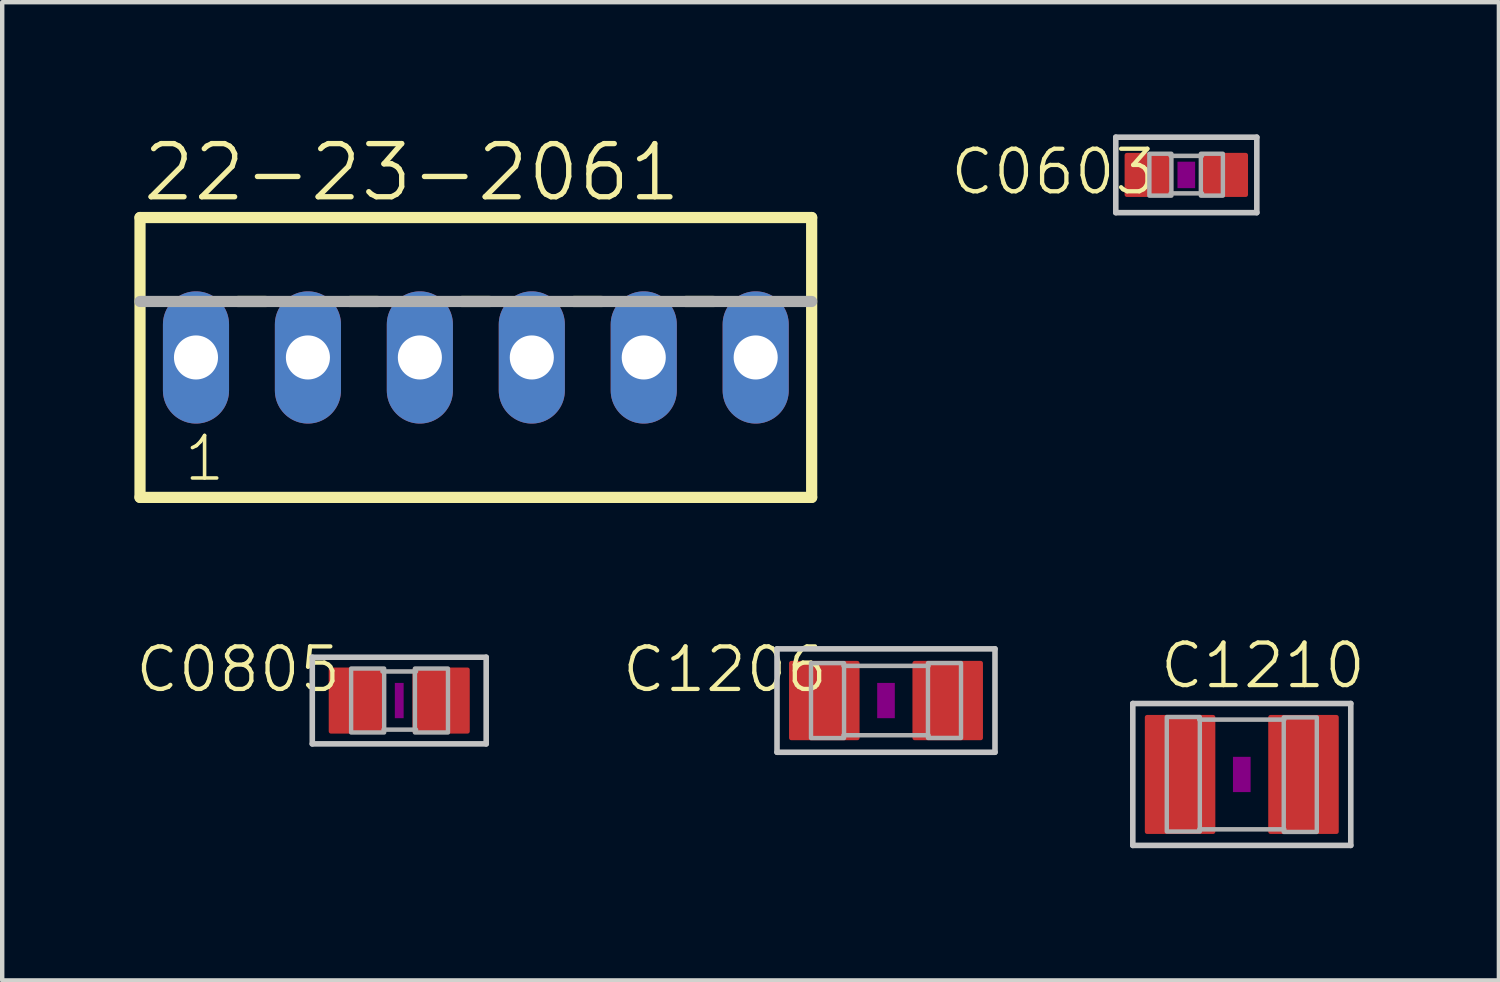
<source format=kicad_pcb>
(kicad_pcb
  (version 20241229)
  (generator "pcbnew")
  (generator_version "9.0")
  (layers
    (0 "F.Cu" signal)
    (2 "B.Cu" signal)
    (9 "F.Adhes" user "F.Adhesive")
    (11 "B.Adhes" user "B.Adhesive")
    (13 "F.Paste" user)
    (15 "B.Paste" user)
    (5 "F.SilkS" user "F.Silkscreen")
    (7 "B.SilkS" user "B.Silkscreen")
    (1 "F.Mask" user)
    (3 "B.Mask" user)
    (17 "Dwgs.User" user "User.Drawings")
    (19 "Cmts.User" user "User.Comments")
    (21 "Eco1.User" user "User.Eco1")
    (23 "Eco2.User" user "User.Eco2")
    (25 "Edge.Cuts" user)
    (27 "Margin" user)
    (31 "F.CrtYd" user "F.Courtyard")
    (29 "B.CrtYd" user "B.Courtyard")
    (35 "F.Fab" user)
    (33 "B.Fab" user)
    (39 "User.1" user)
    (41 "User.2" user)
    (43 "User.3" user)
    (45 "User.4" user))
  (footprint "C0805"
    (layer "F.Cu")
    (at 6.009 12.846)
    (property "Reference" "C0805" (at -1.27 -1.27 180) (layer "F.SilkS") (effects (font (size 0.965 0.965) (thickness 0.097)) (justify right top)))
    (attr through_hole)
    (fp_poly (pts (xy -0.1 0.4) (xy 0.1 0.4) (xy 0.1 -0.4) (xy -0.1 -0.4)) (stroke (width 0) (type solid)) (fill yes) (layer "F.Adhes"))
    (fp_line (start -1.973 -0.983) (end 1.973 -0.983) (stroke (width 0.127) (type solid)) (layer "Dwgs.User"))
    (fp_line (start -1.973 0.983) (end -1.973 -0.983) (stroke (width 0.127) (type solid)) (layer "Dwgs.User"))
    (fp_line (start 1.973 -0.983) (end 1.973 0.983) (stroke (width 0.127) (type solid)) (layer "Dwgs.User"))
    (fp_line (start 1.973 0.983) (end -1.973 0.983) (stroke (width 0.127) (type solid)) (layer "Dwgs.User"))
    (fp_line (start -0.381 -0.66) (end 0.381 -0.66) (stroke (width 0.102) (type solid)) (layer "F.Fab"))
    (fp_line (start -0.356 0.66) (end 0.381 0.66) (stroke (width 0.102) (type solid)) (layer "F.Fab"))
    (fp_poly (pts (xy -1.092 0.724) (xy -0.342 0.724) (xy -0.342 -0.726) (xy -1.092 -0.726)) (stroke (width 0.1) (type solid)) (fill no) (layer "F.Fab"))
    (fp_poly (pts (xy 0.356 0.724) (xy 1.106 0.724) (xy 1.106 -0.726) (xy 0.356 -0.726)) (stroke (width 0.1) (type solid)) (fill no) (layer "F.Fab"))
    (pad "1" smd roundrect (at -0.95 0) (size 1.3 1.5) (layers "F.Cu" "F.Mask" "F.Paste") (roundrect_rratio 0.039))
    (pad "2" smd roundrect (at 0.95 0) (size 1.3 1.5) (layers "F.Cu" "F.Mask" "F.Paste") (roundrect_rratio 0.039)))
  (footprint "22-23-2061"
    (layer "F.Cu")
    (at 7.747 5.061)
    (property "Reference" "22-23-2061" (at -7.62 -3.493 0) (layer "F.SilkS") (effects (font (size 1.206 1.206) (thickness 0.121)) (justify left bottom)))
    (attr through_hole)
    (fp_line (start -7.62 -3.175) (end 7.62 -3.175) (stroke (width 0.254) (type solid)) (layer "F.SilkS"))
    (fp_line (start -7.62 3.175) (end -7.62 -3.175) (stroke (width 0.254) (type solid)) (layer "F.SilkS"))
    (fp_line (start -5.397 -1.27) (end -4.763 -1.27) (stroke (width 0.254) (type solid)) (layer "F.SilkS"))
    (fp_line (start -2.857 -1.27) (end -2.223 -1.27) (stroke (width 0.254) (type solid)) (layer "F.SilkS"))
    (fp_line (start -0.318 -1.27) (end 0.318 -1.27) (stroke (width 0.254) (type solid)) (layer "F.SilkS"))
    (fp_line (start 2.223 -1.27) (end 2.857 -1.27) (stroke (width 0.254) (type solid)) (layer "F.SilkS"))
    (fp_line (start 4.763 -1.27) (end 5.397 -1.27) (stroke (width 0.254) (type solid)) (layer "F.SilkS"))
    (fp_line (start 7.62 -3.175) (end 7.62 3.175) (stroke (width 0.254) (type solid)) (layer "F.SilkS"))
    (fp_line (start 7.62 3.175) (end -7.62 3.175) (stroke (width 0.254) (type solid)) (layer "F.SilkS"))
    (fp_line (start -7.62 -1.27) (end 7.62 -1.27) (stroke (width 0.254) (type solid)) (layer "F.Fab"))
    (fp_text user "1" (at -6.668 2.857 0) (layer "F.SilkS") (effects (font (size 0.965 0.965) (thickness 0.081)) (justify left bottom)))
    (pad "1" thru_hole oval (at -6.35 0 90) (size 3 1.5) (drill 1) (layers "*.Cu" "*.Mask"))
    (pad "2" thru_hole oval (at -3.81 0 90) (size 3 1.5) (drill 1) (layers "*.Cu" "*.Mask"))
    (pad "3" thru_hole oval (at -1.27 0 90) (size 3 1.5) (drill 1) (layers "*.Cu" "*.Mask"))
    (pad "4" thru_hole oval (at 1.27 0 90) (size 3 1.5) (drill 1) (layers "*.Cu" "*.Mask"))
    (pad "5" thru_hole oval (at 3.81 0 90) (size 3 1.5) (drill 1) (layers "*.Cu" "*.Mask"))
    (pad "6" thru_hole oval (at 6.35 0 90) (size 3 1.5) (drill 1) (layers "*.Cu" "*.Mask")))
  (footprint "C1210"
    (layer "F.Cu")
    (at 25.127 14.523)
    (property "Reference" "C1210" (at -1.905 -1.905 0) (layer "F.SilkS") (effects (font (size 0.965 0.965) (thickness 0.097)) (justify left bottom)))
    (attr through_hole)
    (fp_poly (pts (xy -0.2 0.4) (xy 0.2 0.4) (xy 0.2 -0.4) (xy -0.2 -0.4)) (stroke (width 0) (type solid)) (fill yes) (layer "F.Adhes"))
    (fp_line (start -2.473 -1.61) (end 2.473 -1.61) (stroke (width 0.127) (type solid)) (layer "Dwgs.User"))
    (fp_line (start -2.473 1.61) (end -2.473 -1.61) (stroke (width 0.127) (type solid)) (layer "Dwgs.User"))
    (fp_line (start 2.473 -1.61) (end 2.473 1.61) (stroke (width 0.127) (type solid)) (layer "Dwgs.User"))
    (fp_line (start 2.473 1.61) (end -2.473 1.61) (stroke (width 0.127) (type solid)) (layer "Dwgs.User"))
    (fp_line (start -0.965 -1.245) (end 0.965 -1.245) (stroke (width 0.102) (type solid)) (layer "F.Fab"))
    (fp_line (start -0.965 1.245) (end 0.965 1.245) (stroke (width 0.102) (type solid)) (layer "F.Fab"))
    (fp_poly (pts (xy -1.702 1.295) (xy -0.952 1.295) (xy -0.952 -1.304) (xy -1.702 -1.304)) (stroke (width 0.1) (type solid)) (fill no) (layer "F.Fab"))
    (fp_poly (pts (xy 0.952 1.304) (xy 1.702 1.304) (xy 1.702 -1.295) (xy 0.952 -1.295)) (stroke (width 0.1) (type solid)) (fill no) (layer "F.Fab"))
    (pad "1" smd roundrect (at -1.4 0) (size 1.6 2.7) (layers "F.Cu" "F.Mask" "F.Paste") (roundrect_rratio 0.032))
    (pad "2" smd roundrect (at 1.4 0) (size 1.6 2.7) (layers "F.Cu" "F.Mask" "F.Paste") (roundrect_rratio 0.032)))
  (footprint "C0603"
    (layer "F.Cu")
    (at 23.868 0.919)
    (property "Reference" "C0603" (at -0.635 -0.635 180) (layer "F.SilkS") (effects (font (size 0.965 0.965) (thickness 0.097)) (justify right top)))
    (attr through_hole)
    (fp_poly (pts (xy -0.2 0.3) (xy 0.2 0.3) (xy 0.2 -0.3) (xy -0.2 -0.3)) (stroke (width 0) (type solid)) (fill yes) (layer "F.Adhes"))
    (fp_line (start -1.6 -0.856) (end 1.6 -0.856) (stroke (width 0.127) (type solid)) (layer "Dwgs.User"))
    (fp_line (start -1.6 0.856) (end -1.6 -0.856) (stroke (width 0.127) (type solid)) (layer "Dwgs.User"))
    (fp_line (start 1.6 -0.856) (end 1.6 0.856) (stroke (width 0.127) (type solid)) (layer "Dwgs.User"))
    (fp_line (start 1.6 0.856) (end -1.6 0.856) (stroke (width 0.127) (type solid)) (layer "Dwgs.User"))
    (fp_line (start -0.356 -0.432) (end 0.356 -0.432) (stroke (width 0.102) (type solid)) (layer "F.Fab"))
    (fp_line (start -0.356 0.419) (end 0.356 0.419) (stroke (width 0.102) (type solid)) (layer "F.Fab"))
    (fp_poly (pts (xy -0.838 0.47) (xy -0.338 0.47) (xy -0.338 -0.48) (xy -0.838 -0.48)) (stroke (width 0.1) (type solid)) (fill no) (layer "F.Fab"))
    (fp_poly (pts (xy 0.33 0.47) (xy 0.83 0.47) (xy 0.83 -0.48) (xy 0.33 -0.48)) (stroke (width 0.1) (type solid)) (fill no) (layer "F.Fab"))
    (pad "1" smd roundrect (at -0.85 0) (size 1.1 1) (layers "F.Cu" "F.Mask" "F.Paste") (roundrect_rratio 0.051))
    (pad "2" smd roundrect (at 0.85 0) (size 1.1 1) (layers "F.Cu" "F.Mask" "F.Paste") (roundrect_rratio 0.051)))
  (footprint "C1206"
    (layer "F.Cu")
    (at 17.054 12.846)
    (property "Reference" "C1206" (at -1.27 -1.27 180) (layer "F.SilkS") (effects (font (size 0.965 0.965) (thickness 0.097)) (justify right top)))
    (attr through_hole)
    (fp_poly (pts (xy -0.2 0.4) (xy 0.2 0.4) (xy 0.2 -0.4) (xy -0.2 -0.4)) (stroke (width 0) (type solid)) (fill yes) (layer "F.Adhes"))
    (fp_line (start -2.473 -1.173) (end 2.473 -1.173) (stroke (width 0.127) (type solid)) (layer "Dwgs.User"))
    (fp_line (start -2.473 1.173) (end -2.473 -1.173) (stroke (width 0.127) (type solid)) (layer "Dwgs.User"))
    (fp_line (start 2.473 -1.173) (end 2.473 1.173) (stroke (width 0.127) (type solid)) (layer "Dwgs.User"))
    (fp_line (start 2.473 1.173) (end -2.473 1.173) (stroke (width 0.127) (type solid)) (layer "Dwgs.User"))
    (fp_line (start -0.965 -0.787) (end 0.965 -0.787) (stroke (width 0.102) (type solid)) (layer "F.Fab"))
    (fp_line (start -0.965 0.787) (end 0.965 0.787) (stroke (width 0.102) (type solid)) (layer "F.Fab"))
    (fp_poly (pts (xy -1.702 0.851) (xy -0.952 0.851) (xy -0.952 -0.849) (xy -1.702 -0.849)) (stroke (width 0.1) (type solid)) (fill no) (layer "F.Fab"))
    (fp_poly (pts (xy 0.952 0.849) (xy 1.702 0.849) (xy 1.702 -0.851) (xy 0.952 -0.851)) (stroke (width 0.1) (type solid)) (fill no) (layer "F.Fab"))
    (pad "1" smd roundrect (at -1.4 0) (size 1.6 1.8) (layers "F.Cu" "F.Mask" "F.Paste") (roundrect_rratio 0.032))
    (pad "2" smd roundrect (at 1.4 0) (size 1.6 1.8) (layers "F.Cu" "F.Mask" "F.Paste") (roundrect_rratio 0.032)))
  (gr_rect
    (start -3 -3)
    (end 30.961 19.196)
    (stroke (width 0.1) (type default))
    (fill no)
    (layer "Edge.Cuts")))
</source>
